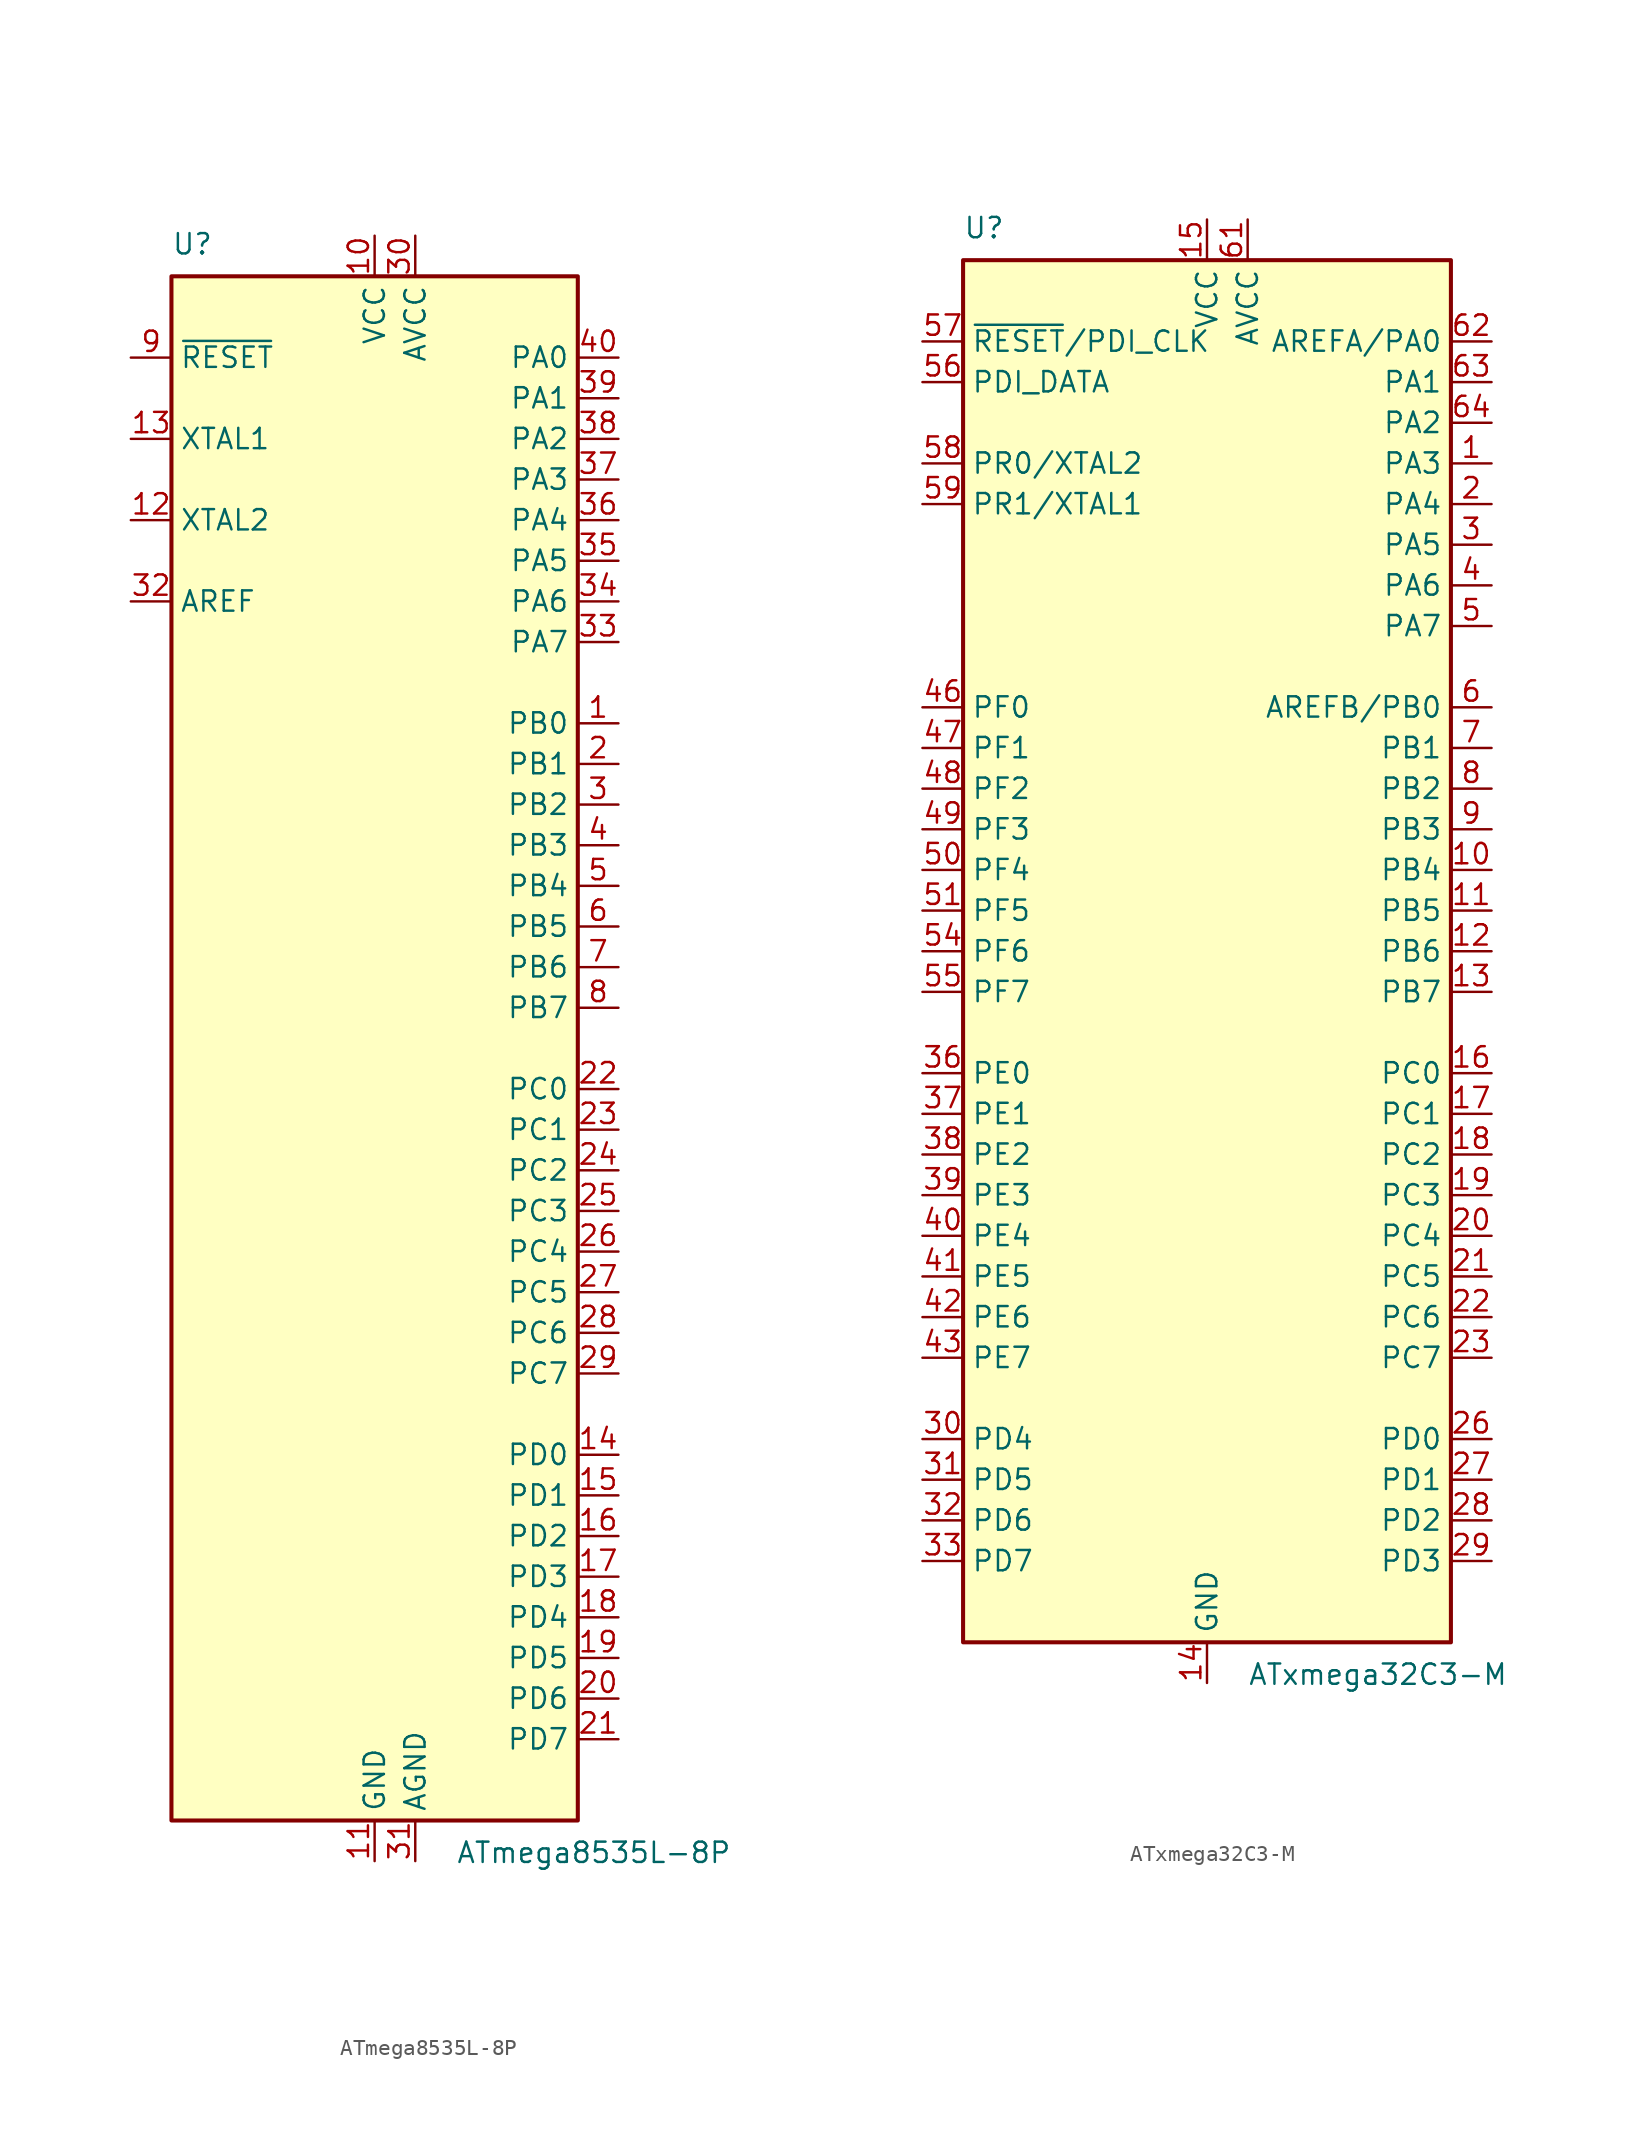
<source format=kicad_sym>
(kicad_symbol_lib
  (version 20201005)
  (generator kicad_symbol_editor)
  (symbol "ATmega8535L-8P"
    (property "Reference" "U"
      (at -12.7 49.53 0)
      (effects (font (size 1.27 1.27)) (justify left bottom)))
    (property "Value" "ATmega8535L-8P"
      (at 5.08 -49.53 0)
      (effects (font (size 1.27 1.27)) (justify left top)))
    (symbol "ATmega8535L-8P_0_1"
      (rectangle (start -12.7 -48.26) (end 12.7 48.26) (stroke (width 0.254)) (fill (type background))))
    (symbol "ATmega8535L-8P_1_1"
      (pin bidirectional line (at 15.24 20.32 180) (length 2.54) (name "PB0" (effects (font (size 1.27 1.27)))) (number "1" (effects (font (size 1.27 1.27)))))
      (pin power_in line (at 0 50.8 270) (length 2.54) (name "VCC" (effects (font (size 1.27 1.27)))) (number "10" (effects (font (size 1.27 1.27)))))
      (pin power_in line (at 0 -50.8 90) (length 2.54) (name "GND" (effects (font (size 1.27 1.27)))) (number "11" (effects (font (size 1.27 1.27)))))
      (pin output line (at -15.24 33.02 0) (length 2.54) (name "XTAL2" (effects (font (size 1.27 1.27)))) (number "12" (effects (font (size 1.27 1.27)))))
      (pin input line (at -15.24 38.1 0) (length 2.54) (name "XTAL1" (effects (font (size 1.27 1.27)))) (number "13" (effects (font (size 1.27 1.27)))))
      (pin bidirectional line (at 15.24 -25.4 180) (length 2.54) (name "PD0" (effects (font (size 1.27 1.27)))) (number "14" (effects (font (size 1.27 1.27)))))
      (pin bidirectional line (at 15.24 -27.94 180) (length 2.54) (name "PD1" (effects (font (size 1.27 1.27)))) (number "15" (effects (font (size 1.27 1.27)))))
      (pin bidirectional line (at 15.24 -30.48 180) (length 2.54) (name "PD2" (effects (font (size 1.27 1.27)))) (number "16" (effects (font (size 1.27 1.27)))))
      (pin bidirectional line (at 15.24 -33.02 180) (length 2.54) (name "PD3" (effects (font (size 1.27 1.27)))) (number "17" (effects (font (size 1.27 1.27)))))
      (pin bidirectional line (at 15.24 -35.56 180) (length 2.54) (name "PD4" (effects (font (size 1.27 1.27)))) (number "18" (effects (font (size 1.27 1.27)))))
      (pin bidirectional line (at 15.24 -38.1 180) (length 2.54) (name "PD5" (effects (font (size 1.27 1.27)))) (number "19" (effects (font (size 1.27 1.27)))))
      (pin bidirectional line (at 15.24 17.78 180) (length 2.54) (name "PB1" (effects (font (size 1.27 1.27)))) (number "2" (effects (font (size 1.27 1.27)))))
      (pin bidirectional line (at 15.24 -40.64 180) (length 2.54) (name "PD6" (effects (font (size 1.27 1.27)))) (number "20" (effects (font (size 1.27 1.27)))))
      (pin bidirectional line (at 15.24 -43.18 180) (length 2.54) (name "PD7" (effects (font (size 1.27 1.27)))) (number "21" (effects (font (size 1.27 1.27)))))
      (pin bidirectional line (at 15.24 -2.54 180) (length 2.54) (name "PC0" (effects (font (size 1.27 1.27)))) (number "22" (effects (font (size 1.27 1.27)))))
      (pin bidirectional line (at 15.24 -5.08 180) (length 2.54) (name "PC1" (effects (font (size 1.27 1.27)))) (number "23" (effects (font (size 1.27 1.27)))))
      (pin bidirectional line (at 15.24 -7.62 180) (length 2.54) (name "PC2" (effects (font (size 1.27 1.27)))) (number "24" (effects (font (size 1.27 1.27)))))
      (pin bidirectional line (at 15.24 -10.16 180) (length 2.54) (name "PC3" (effects (font (size 1.27 1.27)))) (number "25" (effects (font (size 1.27 1.27)))))
      (pin bidirectional line (at 15.24 -12.7 180) (length 2.54) (name "PC4" (effects (font (size 1.27 1.27)))) (number "26" (effects (font (size 1.27 1.27)))))
      (pin bidirectional line (at 15.24 -15.24 180) (length 2.54) (name "PC5" (effects (font (size 1.27 1.27)))) (number "27" (effects (font (size 1.27 1.27)))))
      (pin bidirectional line (at 15.24 -17.78 180) (length 2.54) (name "PC6" (effects (font (size 1.27 1.27)))) (number "28" (effects (font (size 1.27 1.27)))))
      (pin bidirectional line (at 15.24 -20.32 180) (length 2.54) (name "PC7" (effects (font (size 1.27 1.27)))) (number "29" (effects (font (size 1.27 1.27)))))
      (pin bidirectional line (at 15.24 15.24 180) (length 2.54) (name "PB2" (effects (font (size 1.27 1.27)))) (number "3" (effects (font (size 1.27 1.27)))))
      (pin power_in line (at 2.54 50.8 270) (length 2.54) (name "AVCC" (effects (font (size 1.27 1.27)))) (number "30" (effects (font (size 1.27 1.27)))))
      (pin power_in line (at 2.54 -50.8 90) (length 2.54) (name "AGND" (effects (font (size 1.27 1.27)))) (number "31" (effects (font (size 1.27 1.27)))))
      (pin passive line (at -15.24 27.94 0) (length 2.54) (name "AREF" (effects (font (size 1.27 1.27)))) (number "32" (effects (font (size 1.27 1.27)))))
      (pin bidirectional line (at 15.24 25.4 180) (length 2.54) (name "PA7" (effects (font (size 1.27 1.27)))) (number "33" (effects (font (size 1.27 1.27)))))
      (pin bidirectional line (at 15.24 27.94 180) (length 2.54) (name "PA6" (effects (font (size 1.27 1.27)))) (number "34" (effects (font (size 1.27 1.27)))))
      (pin bidirectional line (at 15.24 30.48 180) (length 2.54) (name "PA5" (effects (font (size 1.27 1.27)))) (number "35" (effects (font (size 1.27 1.27)))))
      (pin bidirectional line (at 15.24 33.02 180) (length 2.54) (name "PA4" (effects (font (size 1.27 1.27)))) (number "36" (effects (font (size 1.27 1.27)))))
      (pin bidirectional line (at 15.24 35.56 180) (length 2.54) (name "PA3" (effects (font (size 1.27 1.27)))) (number "37" (effects (font (size 1.27 1.27)))))
      (pin bidirectional line (at 15.24 38.1 180) (length 2.54) (name "PA2" (effects (font (size 1.27 1.27)))) (number "38" (effects (font (size 1.27 1.27)))))
      (pin bidirectional line (at 15.24 40.64 180) (length 2.54) (name "PA1" (effects (font (size 1.27 1.27)))) (number "39" (effects (font (size 1.27 1.27)))))
      (pin bidirectional line (at 15.24 12.7 180) (length 2.54) (name "PB3" (effects (font (size 1.27 1.27)))) (number "4" (effects (font (size 1.27 1.27)))))
      (pin bidirectional line (at 15.24 43.18 180) (length 2.54) (name "PA0" (effects (font (size 1.27 1.27)))) (number "40" (effects (font (size 1.27 1.27)))))
      (pin bidirectional line (at 15.24 10.16 180) (length 2.54) (name "PB4" (effects (font (size 1.27 1.27)))) (number "5" (effects (font (size 1.27 1.27)))))
      (pin bidirectional line (at 15.24 7.62 180) (length 2.54) (name "PB5" (effects (font (size 1.27 1.27)))) (number "6" (effects (font (size 1.27 1.27)))))
      (pin bidirectional line (at 15.24 5.08 180) (length 2.54) (name "PB6" (effects (font (size 1.27 1.27)))) (number "7" (effects (font (size 1.27 1.27)))))
      (pin bidirectional line (at 15.24 2.54 180) (length 2.54) (name "PB7" (effects (font (size 1.27 1.27)))) (number "8" (effects (font (size 1.27 1.27)))))
      (pin input line (at -15.24 43.18 0) (length 2.54) (name "~RESET" (effects (font (size 1.27 1.27)))) (number "9" (effects (font (size 1.27 1.27)))))))
  (symbol "ATxmega32C3-M"
    (property "Reference" "U"
      (at -15.24 44.45 0)
      (effects (font (size 1.27 1.27)) (justify left bottom)))
    (property "Value" "ATxmega32C3-M"
      (at 2.54 -44.45 0)
      (effects (font (size 1.27 1.27)) (justify left top)))
    (symbol "ATxmega32C3-M_0_1"
      (rectangle (start -15.24 -43.18) (end 15.24 43.18) (stroke (width 0.254)) (fill (type background))))
    (symbol "ATxmega32C3-M_1_1"
      (pin bidirectional line (at 17.78 30.48 180) (length 2.54) (name "PA3" (effects (font (size 1.27 1.27)))) (number "1" (effects (font (size 1.27 1.27)))))
      (pin bidirectional line (at 17.78 5.08 180) (length 2.54) (name "PB4" (effects (font (size 1.27 1.27)))) (number "10" (effects (font (size 1.27 1.27)))))
      (pin bidirectional line (at 17.78 2.54 180) (length 2.54) (name "PB5" (effects (font (size 1.27 1.27)))) (number "11" (effects (font (size 1.27 1.27)))))
      (pin bidirectional line (at 17.78 0 180) (length 2.54) (name "PB6" (effects (font (size 1.27 1.27)))) (number "12" (effects (font (size 1.27 1.27)))))
      (pin bidirectional line (at 17.78 -2.54 180) (length 2.54) (name "PB7" (effects (font (size 1.27 1.27)))) (number "13" (effects (font (size 1.27 1.27)))))
      (pin power_in line (at 0 -45.72 90) (length 2.54) (name "GND" (effects (font (size 1.27 1.27)))) (number "14" (effects (font (size 1.27 1.27)))))
      (pin power_in line (at 0 45.72 270) (length 2.54) (name "VCC" (effects (font (size 1.27 1.27)))) (number "15" (effects (font (size 1.27 1.27)))))
      (pin bidirectional line (at 17.78 -7.62 180) (length 2.54) (name "PC0" (effects (font (size 1.27 1.27)))) (number "16" (effects (font (size 1.27 1.27)))))
      (pin bidirectional line (at 17.78 -10.16 180) (length 2.54) (name "PC1" (effects (font (size 1.27 1.27)))) (number "17" (effects (font (size 1.27 1.27)))))
      (pin bidirectional line (at 17.78 -12.7 180) (length 2.54) (name "PC2" (effects (font (size 1.27 1.27)))) (number "18" (effects (font (size 1.27 1.27)))))
      (pin bidirectional line (at 17.78 -15.24 180) (length 2.54) (name "PC3" (effects (font (size 1.27 1.27)))) (number "19" (effects (font (size 1.27 1.27)))))
      (pin bidirectional line (at 17.78 27.94 180) (length 2.54) (name "PA4" (effects (font (size 1.27 1.27)))) (number "2" (effects (font (size 1.27 1.27)))))
      (pin bidirectional line (at 17.78 -17.78 180) (length 2.54) (name "PC4" (effects (font (size 1.27 1.27)))) (number "20" (effects (font (size 1.27 1.27)))))
      (pin bidirectional line (at 17.78 -20.32 180) (length 2.54) (name "PC5" (effects (font (size 1.27 1.27)))) (number "21" (effects (font (size 1.27 1.27)))))
      (pin bidirectional line (at 17.78 -22.86 180) (length 2.54) (name "PC6" (effects (font (size 1.27 1.27)))) (number "22" (effects (font (size 1.27 1.27)))))
      (pin bidirectional line (at 17.78 -25.4 180) (length 2.54) (name "PC7" (effects (font (size 1.27 1.27)))) (number "23" (effects (font (size 1.27 1.27)))))
      (pin passive line (at 0 -45.72 90) (length 2.54) hide (name "GND" (effects (font (size 1.27 1.27)))) (number "24" (effects (font (size 1.27 1.27)))))
      (pin passive line (at 0 45.72 270) (length 2.54) hide (name "VCC" (effects (font (size 1.27 1.27)))) (number "25" (effects (font (size 1.27 1.27)))))
      (pin bidirectional line (at 17.78 -30.48 180) (length 2.54) (name "PD0" (effects (font (size 1.27 1.27)))) (number "26" (effects (font (size 1.27 1.27)))))
      (pin bidirectional line (at 17.78 -33.02 180) (length 2.54) (name "PD1" (effects (font (size 1.27 1.27)))) (number "27" (effects (font (size 1.27 1.27)))))
      (pin bidirectional line (at 17.78 -35.56 180) (length 2.54) (name "PD2" (effects (font (size 1.27 1.27)))) (number "28" (effects (font (size 1.27 1.27)))))
      (pin bidirectional line (at 17.78 -38.1 180) (length 2.54) (name "PD3" (effects (font (size 1.27 1.27)))) (number "29" (effects (font (size 1.27 1.27)))))
      (pin bidirectional line (at 17.78 25.4 180) (length 2.54) (name "PA5" (effects (font (size 1.27 1.27)))) (number "3" (effects (font (size 1.27 1.27)))))
      (pin bidirectional line (at -17.78 -30.48 0) (length 2.54) (name "PD4" (effects (font (size 1.27 1.27)))) (number "30" (effects (font (size 1.27 1.27)))))
      (pin bidirectional line (at -17.78 -33.02 0) (length 2.54) (name "PD5" (effects (font (size 1.27 1.27)))) (number "31" (effects (font (size 1.27 1.27)))))
      (pin bidirectional line (at -17.78 -35.56 0) (length 2.54) (name "PD6" (effects (font (size 1.27 1.27)))) (number "32" (effects (font (size 1.27 1.27)))))
      (pin bidirectional line (at -17.78 -38.1 0) (length 2.54) (name "PD7" (effects (font (size 1.27 1.27)))) (number "33" (effects (font (size 1.27 1.27)))))
      (pin passive line (at 0 -45.72 90) (length 2.54) hide (name "GND" (effects (font (size 1.27 1.27)))) (number "34" (effects (font (size 1.27 1.27)))))
      (pin passive line (at 0 45.72 270) (length 2.54) hide (name "VCC" (effects (font (size 1.27 1.27)))) (number "35" (effects (font (size 1.27 1.27)))))
      (pin bidirectional line (at -17.78 -7.62 0) (length 2.54) (name "PE0" (effects (font (size 1.27 1.27)))) (number "36" (effects (font (size 1.27 1.27)))))
      (pin bidirectional line (at -17.78 -10.16 0) (length 2.54) (name "PE1" (effects (font (size 1.27 1.27)))) (number "37" (effects (font (size 1.27 1.27)))))
      (pin bidirectional line (at -17.78 -12.7 0) (length 2.54) (name "PE2" (effects (font (size 1.27 1.27)))) (number "38" (effects (font (size 1.27 1.27)))))
      (pin bidirectional line (at -17.78 -15.24 0) (length 2.54) (name "PE3" (effects (font (size 1.27 1.27)))) (number "39" (effects (font (size 1.27 1.27)))))
      (pin bidirectional line (at 17.78 22.86 180) (length 2.54) (name "PA6" (effects (font (size 1.27 1.27)))) (number "4" (effects (font (size 1.27 1.27)))))
      (pin bidirectional line (at -17.78 -17.78 0) (length 2.54) (name "PE4" (effects (font (size 1.27 1.27)))) (number "40" (effects (font (size 1.27 1.27)))))
      (pin bidirectional line (at -17.78 -20.32 0) (length 2.54) (name "PE5" (effects (font (size 1.27 1.27)))) (number "41" (effects (font (size 1.27 1.27)))))
      (pin bidirectional line (at -17.78 -22.86 0) (length 2.54) (name "PE6" (effects (font (size 1.27 1.27)))) (number "42" (effects (font (size 1.27 1.27)))))
      (pin bidirectional line (at -17.78 -25.4 0) (length 2.54) (name "PE7" (effects (font (size 1.27 1.27)))) (number "43" (effects (font (size 1.27 1.27)))))
      (pin passive line (at 0 -45.72 90) (length 2.54) hide (name "GND" (effects (font (size 1.27 1.27)))) (number "44" (effects (font (size 1.27 1.27)))))
      (pin passive line (at 0 45.72 270) (length 2.54) hide (name "VCC" (effects (font (size 1.27 1.27)))) (number "45" (effects (font (size 1.27 1.27)))))
      (pin bidirectional line (at -17.78 15.24 0) (length 2.54) (name "PF0" (effects (font (size 1.27 1.27)))) (number "46" (effects (font (size 1.27 1.27)))))
      (pin bidirectional line (at -17.78 12.7 0) (length 2.54) (name "PF1" (effects (font (size 1.27 1.27)))) (number "47" (effects (font (size 1.27 1.27)))))
      (pin bidirectional line (at -17.78 10.16 0) (length 2.54) (name "PF2" (effects (font (size 1.27 1.27)))) (number "48" (effects (font (size 1.27 1.27)))))
      (pin bidirectional line (at -17.78 7.62 0) (length 2.54) (name "PF3" (effects (font (size 1.27 1.27)))) (number "49" (effects (font (size 1.27 1.27)))))
      (pin bidirectional line (at 17.78 20.32 180) (length 2.54) (name "PA7" (effects (font (size 1.27 1.27)))) (number "5" (effects (font (size 1.27 1.27)))))
      (pin bidirectional line (at -17.78 5.08 0) (length 2.54) (name "PF4" (effects (font (size 1.27 1.27)))) (number "50" (effects (font (size 1.27 1.27)))))
      (pin bidirectional line (at -17.78 2.54 0) (length 2.54) (name "PF5" (effects (font (size 1.27 1.27)))) (number "51" (effects (font (size 1.27 1.27)))))
      (pin passive line (at 0 -45.72 90) (length 2.54) hide (name "GND" (effects (font (size 1.27 1.27)))) (number "52" (effects (font (size 1.27 1.27)))))
      (pin passive line (at 0 45.72 270) (length 2.54) hide (name "VCC" (effects (font (size 1.27 1.27)))) (number "53" (effects (font (size 1.27 1.27)))))
      (pin bidirectional line (at -17.78 0 0) (length 2.54) (name "PF6" (effects (font (size 1.27 1.27)))) (number "54" (effects (font (size 1.27 1.27)))))
      (pin bidirectional line (at -17.78 -2.54 0) (length 2.54) (name "PF7" (effects (font (size 1.27 1.27)))) (number "55" (effects (font (size 1.27 1.27)))))
      (pin bidirectional line (at -17.78 35.56 0) (length 2.54) (name "PDI_DATA" (effects (font (size 1.27 1.27)))) (number "56" (effects (font (size 1.27 1.27)))))
      (pin input line (at -17.78 38.1 0) (length 2.54) (name "~RESET~/PDI_CLK" (effects (font (size 1.27 1.27)))) (number "57" (effects (font (size 1.27 1.27)))))
      (pin bidirectional line (at -17.78 30.48 0) (length 2.54) (name "PR0/XTAL2" (effects (font (size 1.27 1.27)))) (number "58" (effects (font (size 1.27 1.27)))))
      (pin bidirectional line (at -17.78 27.94 0) (length 2.54) (name "PR1/XTAL1" (effects (font (size 1.27 1.27)))) (number "59" (effects (font (size 1.27 1.27)))))
      (pin bidirectional line (at 17.78 15.24 180) (length 2.54) (name "AREFB/PB0" (effects (font (size 1.27 1.27)))) (number "6" (effects (font (size 1.27 1.27)))))
      (pin passive line (at 0 -45.72 90) (length 2.54) hide (name "GND" (effects (font (size 1.27 1.27)))) (number "60" (effects (font (size 1.27 1.27)))))
      (pin power_in line (at 2.54 45.72 270) (length 2.54) (name "AVCC" (effects (font (size 1.27 1.27)))) (number "61" (effects (font (size 1.27 1.27)))))
      (pin bidirectional line (at 17.78 38.1 180) (length 2.54) (name "AREFA/PA0" (effects (font (size 1.27 1.27)))) (number "62" (effects (font (size 1.27 1.27)))))
      (pin bidirectional line (at 17.78 35.56 180) (length 2.54) (name "PA1" (effects (font (size 1.27 1.27)))) (number "63" (effects (font (size 1.27 1.27)))))
      (pin bidirectional line (at 17.78 33.02 180) (length 2.54) (name "PA2" (effects (font (size 1.27 1.27)))) (number "64" (effects (font (size 1.27 1.27)))))
      (pin passive line (at 0 -45.72 90) (length 2.54) hide (name "GND" (effects (font (size 1.27 1.27)))) (number "65" (effects (font (size 1.27 1.27)))))
      (pin bidirectional line (at 17.78 12.7 180) (length 2.54) (name "PB1" (effects (font (size 1.27 1.27)))) (number "7" (effects (font (size 1.27 1.27)))))
      (pin bidirectional line (at 17.78 10.16 180) (length 2.54) (name "PB2" (effects (font (size 1.27 1.27)))) (number "8" (effects (font (size 1.27 1.27)))))
      (pin bidirectional line (at 17.78 7.62 180) (length 2.54) (name "PB3" (effects (font (size 1.27 1.27)))) (number "9" (effects (font (size 1.27 1.27))))))))
</source>
